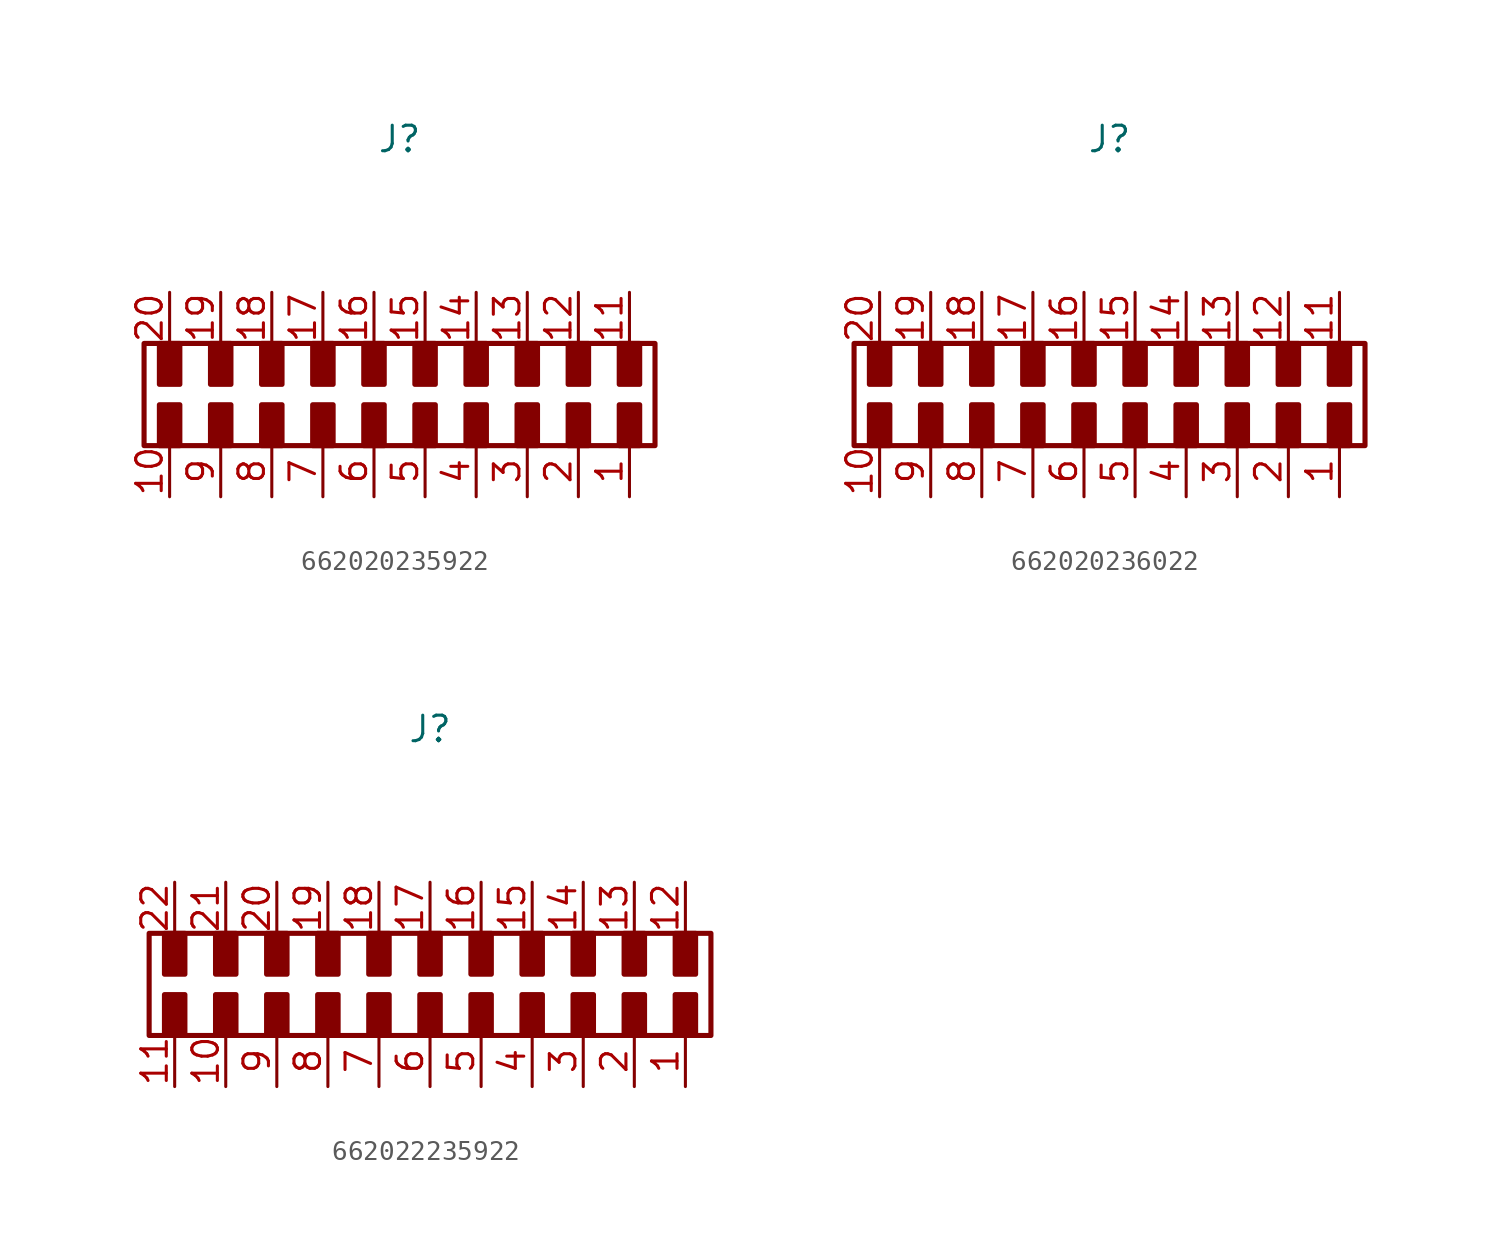
<source format=kicad_sym>
(kicad_symbol_lib
  (version 20241209)
  (generator "kicad_symbol_editor")
  (generator_version "9.0")
  (symbol "662020235922"
    (pin_names
      (hide yes))
    (property "Reference" "J"
      (at 0 12.7 0)
      (effects (font (size 1.27 1.27))))
    (symbol "662020235922_1_1"
      (rectangle (start -12.7 2.54) (end 12.7 -2.54) (stroke (width 0.254) (type solid)) (fill (type none)))
      (rectangle (start -11.938 2.54) (end -10.922 0.508) (stroke (width 0.254) (type solid)) (fill (type outline)))
      (rectangle (start -11.938 -0.508) (end -10.922 -2.54) (stroke (width 0.254) (type solid)) (fill (type outline)))
      (rectangle (start -9.398 2.54) (end -8.382 0.508) (stroke (width 0.254) (type solid)) (fill (type outline)))
      (rectangle (start -9.398 -0.508) (end -8.382 -2.54) (stroke (width 0.254) (type solid)) (fill (type outline)))
      (rectangle (start -6.858 2.54) (end -5.842 0.508) (stroke (width 0.254) (type solid)) (fill (type outline)))
      (rectangle (start -6.858 -0.508) (end -5.842 -2.54) (stroke (width 0.254) (type solid)) (fill (type outline)))
      (rectangle (start -4.318 2.54) (end -3.302 0.508) (stroke (width 0.254) (type solid)) (fill (type outline)))
      (rectangle (start -4.318 -0.508) (end -3.302 -2.54) (stroke (width 0.254) (type solid)) (fill (type outline)))
      (rectangle (start -1.778 2.54) (end -0.762 0.508) (stroke (width 0.254) (type solid)) (fill (type outline)))
      (rectangle (start -1.778 -0.508) (end -0.762 -2.54) (stroke (width 0.254) (type solid)) (fill (type outline)))
      (rectangle (start 0.762 2.54) (end 1.778 0.508) (stroke (width 0.254) (type solid)) (fill (type outline)))
      (rectangle (start 0.762 -0.508) (end 1.778 -2.54) (stroke (width 0.254) (type solid)) (fill (type outline)))
      (rectangle (start 3.302 2.54) (end 4.318 0.508) (stroke (width 0.254) (type solid)) (fill (type outline)))
      (rectangle (start 3.302 -0.508) (end 4.318 -2.54) (stroke (width 0.254) (type solid)) (fill (type outline)))
      (rectangle (start 5.842 2.54) (end 6.858 0.508) (stroke (width 0.254) (type solid)) (fill (type outline)))
      (rectangle (start 5.842 -0.508) (end 6.858 -2.54) (stroke (width 0.254) (type solid)) (fill (type outline)))
      (rectangle (start 8.382 2.54) (end 9.398 0.508) (stroke (width 0.254) (type solid)) (fill (type outline)))
      (rectangle (start 8.382 -0.508) (end 9.398 -2.54) (stroke (width 0.254) (type solid)) (fill (type outline)))
      (rectangle (start 10.922 2.54) (end 11.938 0.508) (stroke (width 0.254) (type solid)) (fill (type outline)))
      (rectangle (start 10.922 -0.508) (end 11.938 -2.54) (stroke (width 0.254) (type solid)) (fill (type outline)))
      (pin passive line (at -11.43 5.08 270) (length 2.54) (name "20" (effects (font (size 1.27 1.27)))) (number "20" (effects (font (size 1.27 1.27)))))
      (pin passive line (at -11.43 -5.08 90) (length 2.54) (name "10" (effects (font (size 1.27 1.27)))) (number "10" (effects (font (size 1.27 1.27)))))
      (pin passive line (at -8.89 5.08 270) (length 2.54) (name "19" (effects (font (size 1.27 1.27)))) (number "19" (effects (font (size 1.27 1.27)))))
      (pin passive line (at -8.89 -5.08 90) (length 2.54) (name "9" (effects (font (size 1.27 1.27)))) (number "9" (effects (font (size 1.27 1.27)))))
      (pin passive line (at -6.35 5.08 270) (length 2.54) (name "18" (effects (font (size 1.27 1.27)))) (number "18" (effects (font (size 1.27 1.27)))))
      (pin passive line (at -6.35 -5.08 90) (length 2.54) (name "8" (effects (font (size 1.27 1.27)))) (number "8" (effects (font (size 1.27 1.27)))))
      (pin passive line (at -3.81 5.08 270) (length 2.54) (name "17" (effects (font (size 1.27 1.27)))) (number "17" (effects (font (size 1.27 1.27)))))
      (pin passive line (at -3.81 -5.08 90) (length 2.54) (name "7" (effects (font (size 1.27 1.27)))) (number "7" (effects (font (size 1.27 1.27)))))
      (pin passive line (at -1.27 5.08 270) (length 2.54) (name "16" (effects (font (size 1.27 1.27)))) (number "16" (effects (font (size 1.27 1.27)))))
      (pin passive line (at -1.27 -5.08 90) (length 2.54) (name "6" (effects (font (size 1.27 1.27)))) (number "6" (effects (font (size 1.27 1.27)))))
      (pin passive line (at 1.27 5.08 270) (length 2.54) (name "15" (effects (font (size 1.27 1.27)))) (number "15" (effects (font (size 1.27 1.27)))))
      (pin passive line (at 1.27 -5.08 90) (length 2.54) (name "5" (effects (font (size 1.27 1.27)))) (number "5" (effects (font (size 1.27 1.27)))))
      (pin passive line (at 3.81 5.08 270) (length 2.54) (name "14" (effects (font (size 1.27 1.27)))) (number "14" (effects (font (size 1.27 1.27)))))
      (pin passive line (at 3.81 -5.08 90) (length 2.54) (name "4" (effects (font (size 1.27 1.27)))) (number "4" (effects (font (size 1.27 1.27)))))
      (pin passive line (at 6.35 5.08 270) (length 2.54) (name "13" (effects (font (size 1.27 1.27)))) (number "13" (effects (font (size 1.27 1.27)))))
      (pin passive line (at 6.35 -5.08 90) (length 2.54) (name "3" (effects (font (size 1.27 1.27)))) (number "3" (effects (font (size 1.27 1.27)))))
      (pin passive line (at 8.89 5.08 270) (length 2.54) (name "12" (effects (font (size 1.27 1.27)))) (number "12" (effects (font (size 1.27 1.27)))))
      (pin passive line (at 8.89 -5.08 90) (length 2.54) (name "2" (effects (font (size 1.27 1.27)))) (number "2" (effects (font (size 1.27 1.27)))))
      (pin passive line (at 11.43 5.08 270) (length 2.54) (name "11" (effects (font (size 1.27 1.27)))) (number "11" (effects (font (size 1.27 1.27)))))
      (pin passive line (at 11.43 -5.08 90) (length 2.54) (name "1" (effects (font (size 1.27 1.27)))) (number "1" (effects (font (size 1.27 1.27)))))))
  (symbol "662020236022"
    (pin_names
      (hide yes))
    (property "Reference" "J"
      (at 0 12.7 0)
      (effects (font (size 1.27 1.27))))
    (symbol "662020236022_1_1"
      (rectangle (start -12.7 2.54) (end 12.7 -2.54) (stroke (width 0.254) (type solid)) (fill (type none)))
      (rectangle (start -11.938 2.54) (end -10.922 0.508) (stroke (width 0.254) (type solid)) (fill (type outline)))
      (rectangle (start -11.938 -0.508) (end -10.922 -2.54) (stroke (width 0.254) (type solid)) (fill (type outline)))
      (rectangle (start -9.398 2.54) (end -8.382 0.508) (stroke (width 0.254) (type solid)) (fill (type outline)))
      (rectangle (start -9.398 -0.508) (end -8.382 -2.54) (stroke (width 0.254) (type solid)) (fill (type outline)))
      (rectangle (start -6.858 2.54) (end -5.842 0.508) (stroke (width 0.254) (type solid)) (fill (type outline)))
      (rectangle (start -6.858 -0.508) (end -5.842 -2.54) (stroke (width 0.254) (type solid)) (fill (type outline)))
      (rectangle (start -4.318 2.54) (end -3.302 0.508) (stroke (width 0.254) (type solid)) (fill (type outline)))
      (rectangle (start -4.318 -0.508) (end -3.302 -2.54) (stroke (width 0.254) (type solid)) (fill (type outline)))
      (rectangle (start -1.778 2.54) (end -0.762 0.508) (stroke (width 0.254) (type solid)) (fill (type outline)))
      (rectangle (start -1.778 -0.508) (end -0.762 -2.54) (stroke (width 0.254) (type solid)) (fill (type outline)))
      (rectangle (start 0.762 2.54) (end 1.778 0.508) (stroke (width 0.254) (type solid)) (fill (type outline)))
      (rectangle (start 0.762 -0.508) (end 1.778 -2.54) (stroke (width 0.254) (type solid)) (fill (type outline)))
      (rectangle (start 3.302 2.54) (end 4.318 0.508) (stroke (width 0.254) (type solid)) (fill (type outline)))
      (rectangle (start 3.302 -0.508) (end 4.318 -2.54) (stroke (width 0.254) (type solid)) (fill (type outline)))
      (rectangle (start 5.842 2.54) (end 6.858 0.508) (stroke (width 0.254) (type solid)) (fill (type outline)))
      (rectangle (start 5.842 -0.508) (end 6.858 -2.54) (stroke (width 0.254) (type solid)) (fill (type outline)))
      (rectangle (start 8.382 2.54) (end 9.398 0.508) (stroke (width 0.254) (type solid)) (fill (type outline)))
      (rectangle (start 8.382 -0.508) (end 9.398 -2.54) (stroke (width 0.254) (type solid)) (fill (type outline)))
      (rectangle (start 10.922 2.54) (end 11.938 0.508) (stroke (width 0.254) (type solid)) (fill (type outline)))
      (rectangle (start 10.922 -0.508) (end 11.938 -2.54) (stroke (width 0.254) (type solid)) (fill (type outline)))
      (pin passive line (at -11.43 5.08 270) (length 2.54) (name "20" (effects (font (size 1.27 1.27)))) (number "20" (effects (font (size 1.27 1.27)))))
      (pin passive line (at -11.43 -5.08 90) (length 2.54) (name "10" (effects (font (size 1.27 1.27)))) (number "10" (effects (font (size 1.27 1.27)))))
      (pin passive line (at -8.89 5.08 270) (length 2.54) (name "19" (effects (font (size 1.27 1.27)))) (number "19" (effects (font (size 1.27 1.27)))))
      (pin passive line (at -8.89 -5.08 90) (length 2.54) (name "9" (effects (font (size 1.27 1.27)))) (number "9" (effects (font (size 1.27 1.27)))))
      (pin passive line (at -6.35 5.08 270) (length 2.54) (name "18" (effects (font (size 1.27 1.27)))) (number "18" (effects (font (size 1.27 1.27)))))
      (pin passive line (at -6.35 -5.08 90) (length 2.54) (name "8" (effects (font (size 1.27 1.27)))) (number "8" (effects (font (size 1.27 1.27)))))
      (pin passive line (at -3.81 5.08 270) (length 2.54) (name "17" (effects (font (size 1.27 1.27)))) (number "17" (effects (font (size 1.27 1.27)))))
      (pin passive line (at -3.81 -5.08 90) (length 2.54) (name "7" (effects (font (size 1.27 1.27)))) (number "7" (effects (font (size 1.27 1.27)))))
      (pin passive line (at -1.27 5.08 270) (length 2.54) (name "16" (effects (font (size 1.27 1.27)))) (number "16" (effects (font (size 1.27 1.27)))))
      (pin passive line (at -1.27 -5.08 90) (length 2.54) (name "6" (effects (font (size 1.27 1.27)))) (number "6" (effects (font (size 1.27 1.27)))))
      (pin passive line (at 1.27 5.08 270) (length 2.54) (name "15" (effects (font (size 1.27 1.27)))) (number "15" (effects (font (size 1.27 1.27)))))
      (pin passive line (at 1.27 -5.08 90) (length 2.54) (name "5" (effects (font (size 1.27 1.27)))) (number "5" (effects (font (size 1.27 1.27)))))
      (pin passive line (at 3.81 5.08 270) (length 2.54) (name "14" (effects (font (size 1.27 1.27)))) (number "14" (effects (font (size 1.27 1.27)))))
      (pin passive line (at 3.81 -5.08 90) (length 2.54) (name "4" (effects (font (size 1.27 1.27)))) (number "4" (effects (font (size 1.27 1.27)))))
      (pin passive line (at 6.35 5.08 270) (length 2.54) (name "13" (effects (font (size 1.27 1.27)))) (number "13" (effects (font (size 1.27 1.27)))))
      (pin passive line (at 6.35 -5.08 90) (length 2.54) (name "3" (effects (font (size 1.27 1.27)))) (number "3" (effects (font (size 1.27 1.27)))))
      (pin passive line (at 8.89 5.08 270) (length 2.54) (name "12" (effects (font (size 1.27 1.27)))) (number "12" (effects (font (size 1.27 1.27)))))
      (pin passive line (at 8.89 -5.08 90) (length 2.54) (name "2" (effects (font (size 1.27 1.27)))) (number "2" (effects (font (size 1.27 1.27)))))
      (pin passive line (at 11.43 5.08 270) (length 2.54) (name "11" (effects (font (size 1.27 1.27)))) (number "11" (effects (font (size 1.27 1.27)))))
      (pin passive line (at 11.43 -5.08 90) (length 2.54) (name "1" (effects (font (size 1.27 1.27)))) (number "1" (effects (font (size 1.27 1.27)))))))
  (symbol "662022235922"
    (pin_names
      (hide yes))
    (property "Reference" "J"
      (at 0 12.7 0)
      (effects (font (size 1.27 1.27))))
    (symbol "662022235922_1_1"
      (rectangle (start -13.97 2.54) (end 13.97 -2.54) (stroke (width 0.254) (type solid)) (fill (type none)))
      (rectangle (start -13.208 2.54) (end -12.192 0.508) (stroke (width 0.254) (type solid)) (fill (type outline)))
      (rectangle (start -13.208 -0.508) (end -12.192 -2.54) (stroke (width 0.254) (type solid)) (fill (type outline)))
      (rectangle (start -10.668 2.54) (end -9.652 0.508) (stroke (width 0.254) (type solid)) (fill (type outline)))
      (rectangle (start -10.668 -0.508) (end -9.652 -2.54) (stroke (width 0.254) (type solid)) (fill (type outline)))
      (rectangle (start -8.128 2.54) (end -7.112 0.508) (stroke (width 0.254) (type solid)) (fill (type outline)))
      (rectangle (start -8.128 -0.508) (end -7.112 -2.54) (stroke (width 0.254) (type solid)) (fill (type outline)))
      (rectangle (start -5.588 2.54) (end -4.572 0.508) (stroke (width 0.254) (type solid)) (fill (type outline)))
      (rectangle (start -5.588 -0.508) (end -4.572 -2.54) (stroke (width 0.254) (type solid)) (fill (type outline)))
      (rectangle (start -3.048 2.54) (end -2.032 0.508) (stroke (width 0.254) (type solid)) (fill (type outline)))
      (rectangle (start -3.048 -0.508) (end -2.032 -2.54) (stroke (width 0.254) (type solid)) (fill (type outline)))
      (rectangle (start -0.508 2.54) (end 0.508 0.508) (stroke (width 0.254) (type solid)) (fill (type outline)))
      (rectangle (start -0.508 -0.508) (end 0.508 -2.54) (stroke (width 0.254) (type solid)) (fill (type outline)))
      (rectangle (start 2.032 2.54) (end 3.048 0.508) (stroke (width 0.254) (type solid)) (fill (type outline)))
      (rectangle (start 2.032 -0.508) (end 3.048 -2.54) (stroke (width 0.254) (type solid)) (fill (type outline)))
      (rectangle (start 4.572 2.54) (end 5.588 0.508) (stroke (width 0.254) (type solid)) (fill (type outline)))
      (rectangle (start 4.572 -0.508) (end 5.588 -2.54) (stroke (width 0.254) (type solid)) (fill (type outline)))
      (rectangle (start 7.112 2.54) (end 8.128 0.508) (stroke (width 0.254) (type solid)) (fill (type outline)))
      (rectangle (start 7.112 -0.508) (end 8.128 -2.54) (stroke (width 0.254) (type solid)) (fill (type outline)))
      (rectangle (start 9.652 2.54) (end 10.668 0.508) (stroke (width 0.254) (type solid)) (fill (type outline)))
      (rectangle (start 9.652 -0.508) (end 10.668 -2.54) (stroke (width 0.254) (type solid)) (fill (type outline)))
      (rectangle (start 12.192 2.54) (end 13.208 0.508) (stroke (width 0.254) (type solid)) (fill (type outline)))
      (rectangle (start 12.192 -0.508) (end 13.208 -2.54) (stroke (width 0.254) (type solid)) (fill (type outline)))
      (pin passive line (at -12.7 5.08 270) (length 2.54) (name "22" (effects (font (size 1.27 1.27)))) (number "22" (effects (font (size 1.27 1.27)))))
      (pin passive line (at -12.7 -5.08 90) (length 2.54) (name "11" (effects (font (size 1.27 1.27)))) (number "11" (effects (font (size 1.27 1.27)))))
      (pin passive line (at -10.16 5.08 270) (length 2.54) (name "21" (effects (font (size 1.27 1.27)))) (number "21" (effects (font (size 1.27 1.27)))))
      (pin passive line (at -10.16 -5.08 90) (length 2.54) (name "10" (effects (font (size 1.27 1.27)))) (number "10" (effects (font (size 1.27 1.27)))))
      (pin passive line (at -7.62 5.08 270) (length 2.54) (name "20" (effects (font (size 1.27 1.27)))) (number "20" (effects (font (size 1.27 1.27)))))
      (pin passive line (at -7.62 -5.08 90) (length 2.54) (name "9" (effects (font (size 1.27 1.27)))) (number "9" (effects (font (size 1.27 1.27)))))
      (pin passive line (at -5.08 5.08 270) (length 2.54) (name "19" (effects (font (size 1.27 1.27)))) (number "19" (effects (font (size 1.27 1.27)))))
      (pin passive line (at -5.08 -5.08 90) (length 2.54) (name "8" (effects (font (size 1.27 1.27)))) (number "8" (effects (font (size 1.27 1.27)))))
      (pin passive line (at -2.54 5.08 270) (length 2.54) (name "18" (effects (font (size 1.27 1.27)))) (number "18" (effects (font (size 1.27 1.27)))))
      (pin passive line (at -2.54 -5.08 90) (length 2.54) (name "7" (effects (font (size 1.27 1.27)))) (number "7" (effects (font (size 1.27 1.27)))))
      (pin passive line (at 0 5.08 270) (length 2.54) (name "17" (effects (font (size 1.27 1.27)))) (number "17" (effects (font (size 1.27 1.27)))))
      (pin passive line (at 0 -5.08 90) (length 2.54) (name "6" (effects (font (size 1.27 1.27)))) (number "6" (effects (font (size 1.27 1.27)))))
      (pin passive line (at 2.54 5.08 270) (length 2.54) (name "16" (effects (font (size 1.27 1.27)))) (number "16" (effects (font (size 1.27 1.27)))))
      (pin passive line (at 2.54 -5.08 90) (length 2.54) (name "5" (effects (font (size 1.27 1.27)))) (number "5" (effects (font (size 1.27 1.27)))))
      (pin passive line (at 5.08 5.08 270) (length 2.54) (name "15" (effects (font (size 1.27 1.27)))) (number "15" (effects (font (size 1.27 1.27)))))
      (pin passive line (at 5.08 -5.08 90) (length 2.54) (name "4" (effects (font (size 1.27 1.27)))) (number "4" (effects (font (size 1.27 1.27)))))
      (pin passive line (at 7.62 5.08 270) (length 2.54) (name "14" (effects (font (size 1.27 1.27)))) (number "14" (effects (font (size 1.27 1.27)))))
      (pin passive line (at 7.62 -5.08 90) (length 2.54) (name "3" (effects (font (size 1.27 1.27)))) (number "3" (effects (font (size 1.27 1.27)))))
      (pin passive line (at 10.16 5.08 270) (length 2.54) (name "13" (effects (font (size 1.27 1.27)))) (number "13" (effects (font (size 1.27 1.27)))))
      (pin passive line (at 10.16 -5.08 90) (length 2.54) (name "2" (effects (font (size 1.27 1.27)))) (number "2" (effects (font (size 1.27 1.27)))))
      (pin passive line (at 12.7 5.08 270) (length 2.54) (name "12" (effects (font (size 1.27 1.27)))) (number "12" (effects (font (size 1.27 1.27)))))
      (pin passive line (at 12.7 -5.08 90) (length 2.54) (name "1" (effects (font (size 1.27 1.27)))) (number "1" (effects (font (size 1.27 1.27))))))))
</source>
